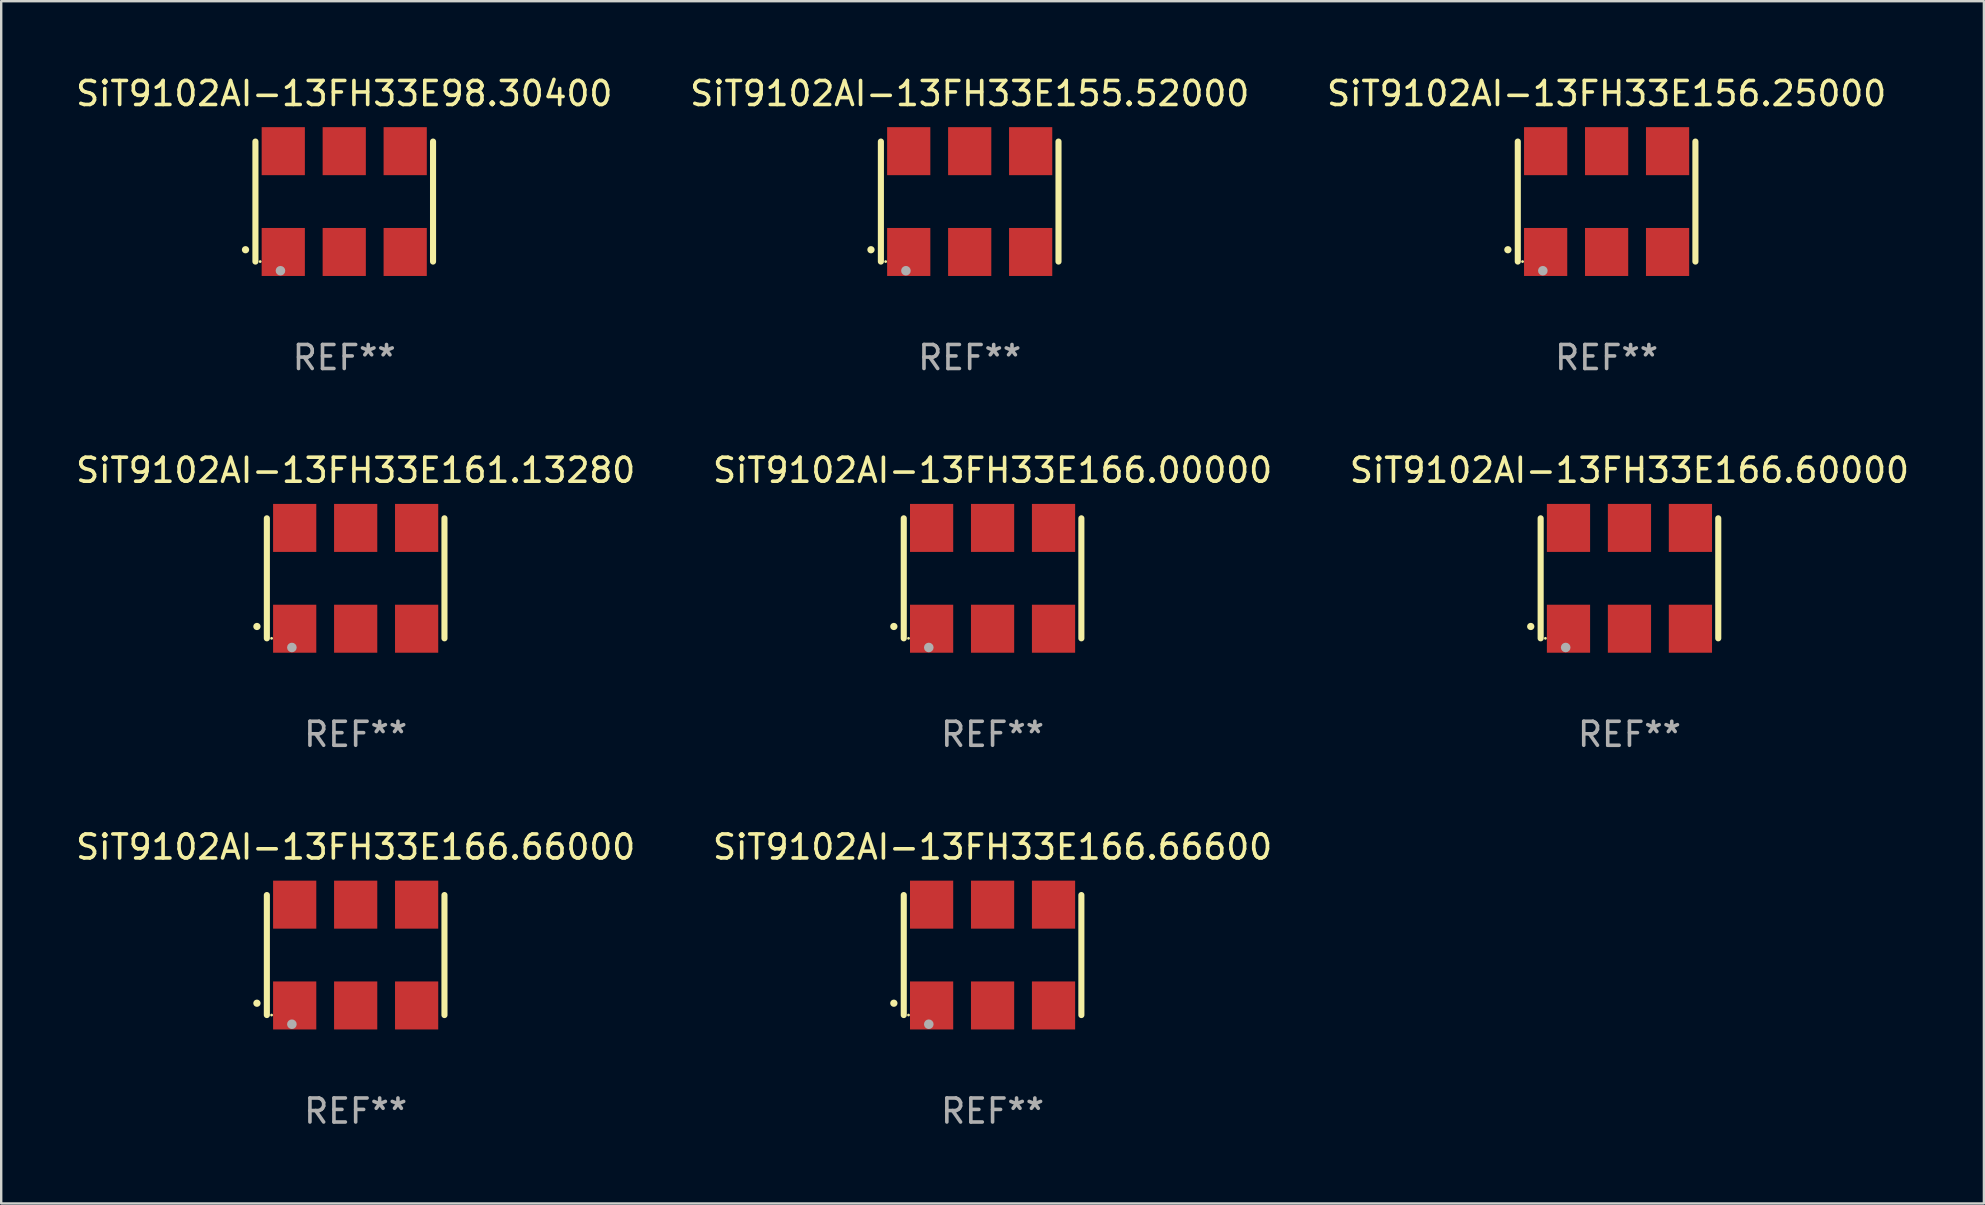
<source format=kicad_pcb>
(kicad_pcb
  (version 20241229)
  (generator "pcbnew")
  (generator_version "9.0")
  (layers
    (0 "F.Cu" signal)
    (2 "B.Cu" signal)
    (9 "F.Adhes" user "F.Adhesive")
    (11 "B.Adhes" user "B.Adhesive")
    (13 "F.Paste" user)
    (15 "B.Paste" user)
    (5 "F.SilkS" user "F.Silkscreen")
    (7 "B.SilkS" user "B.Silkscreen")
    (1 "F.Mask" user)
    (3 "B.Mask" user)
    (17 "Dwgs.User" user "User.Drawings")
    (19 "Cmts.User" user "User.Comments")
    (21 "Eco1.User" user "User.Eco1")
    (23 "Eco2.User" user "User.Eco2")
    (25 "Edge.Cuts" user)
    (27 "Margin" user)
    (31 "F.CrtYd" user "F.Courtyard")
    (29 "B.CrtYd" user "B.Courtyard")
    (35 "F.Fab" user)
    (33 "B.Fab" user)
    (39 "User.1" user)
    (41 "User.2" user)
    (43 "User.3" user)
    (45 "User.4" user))
  (footprint "SiT9102AI-13FH33E166.00000"
    (layer "F.Cu")
    (at 38.304 21.045)
    (property "Reference" "SiT9102AI-13FH33E166.00000" (at 0 -4.5 0) (layer "F.SilkS") (effects (font (size 1 1) (thickness 0.15))))
    (attr through_hole)
    (fp_line (start -3.7 -2.5) (end -3.7 2.5) (stroke (width 0.254) (type solid)) (layer "F.SilkS"))
    (fp_line (start 3.7 -2.5) (end 3.7 2.5) (stroke (width 0.254) (type solid)) (layer "F.SilkS"))
    (fp_arc (start -4.114415 2.006604) (mid -4.113145 2.006599) (end -4.111875 2.006604) (stroke (width 0.3) (type solid)) (layer "F.SilkS"))
    (fp_circle (center -3.502 2.5) (end -3.472 2.5) (stroke (width 0.06) (type solid)) (fill no) (layer "F.SilkS"))
    (fp_circle (center -2.657 2.882) (end -2.557 2.882) (stroke (width 0.2) (type solid)) (fill no) (layer "F.Fab"))
    (fp_text user "REF**" (at 0 6.5 0) (layer "F.Fab") (effects (font (size 1 1) (thickness 0.15))))
    (pad "1" smd rect (at -2.54 2.1) (size 1.8 2) (layers "F.Cu" "F.Mask" "F.Paste"))
    (pad "2" smd rect (at 0.000394 2.1) (size 1.8 2) (layers "F.Cu" "F.Mask" "F.Paste"))
    (pad "3" smd rect (at 2.54 2.1) (size 1.8 2) (layers "F.Cu" "F.Mask" "F.Paste"))
    (pad "4" smd rect (at 2.54 -2.1) (size 1.8 2) (layers "F.Cu" "F.Mask" "F.Paste"))
    (pad "5" smd rect (at 0.000394 -2.1) (size 1.8 2) (layers "F.Cu" "F.Mask" "F.Paste"))
    (pad "6" smd rect (at -2.54 -2.1) (size 1.8 2) (layers "F.Cu" "F.Mask" "F.Paste")))
  (footprint "SiT9102AI-13FH33E166.66000"
    (layer "F.Cu")
    (at 11.768 36.741)
    (property "Reference" "SiT9102AI-13FH33E166.66000" (at 0 -4.5 0) (layer "F.SilkS") (effects (font (size 1 1) (thickness 0.15))))
    (attr through_hole)
    (fp_line (start -3.7 -2.5) (end -3.7 2.5) (stroke (width 0.254) (type solid)) (layer "F.SilkS"))
    (fp_line (start 3.7 -2.5) (end 3.7 2.5) (stroke (width 0.254) (type solid)) (layer "F.SilkS"))
    (fp_arc (start -4.114415 2.006604) (mid -4.113145 2.006599) (end -4.111875 2.006604) (stroke (width 0.3) (type solid)) (layer "F.SilkS"))
    (fp_circle (center -3.502 2.5) (end -3.472 2.5) (stroke (width 0.06) (type solid)) (fill no) (layer "F.SilkS"))
    (fp_circle (center -2.657 2.882) (end -2.557 2.882) (stroke (width 0.2) (type solid)) (fill no) (layer "F.Fab"))
    (fp_text user "REF**" (at 0 6.5 0) (layer "F.Fab") (effects (font (size 1 1) (thickness 0.15))))
    (pad "1" smd rect (at -2.54 2.1) (size 1.8 2) (layers "F.Cu" "F.Mask" "F.Paste"))
    (pad "2" smd rect (at 0.000394 2.1) (size 1.8 2) (layers "F.Cu" "F.Mask" "F.Paste"))
    (pad "3" smd rect (at 2.54 2.1) (size 1.8 2) (layers "F.Cu" "F.Mask" "F.Paste"))
    (pad "4" smd rect (at 2.54 -2.1) (size 1.8 2) (layers "F.Cu" "F.Mask" "F.Paste"))
    (pad "5" smd rect (at 0.000394 -2.1) (size 1.8 2) (layers "F.Cu" "F.Mask" "F.Paste"))
    (pad "6" smd rect (at -2.54 -2.1) (size 1.8 2) (layers "F.Cu" "F.Mask" "F.Paste")))
  (footprint "SiT9102AI-13FH33E166.60000"
    (layer "F.Cu")
    (at 64.839 21.045)
    (property "Reference" "SiT9102AI-13FH33E166.60000" (at 0 -4.5 0) (layer "F.SilkS") (effects (font (size 1 1) (thickness 0.15))))
    (attr through_hole)
    (fp_line (start -3.7 -2.5) (end -3.7 2.5) (stroke (width 0.254) (type solid)) (layer "F.SilkS"))
    (fp_line (start 3.7 -2.5) (end 3.7 2.5) (stroke (width 0.254) (type solid)) (layer "F.SilkS"))
    (fp_arc (start -4.114415 2.006604) (mid -4.113145 2.006599) (end -4.111875 2.006604) (stroke (width 0.3) (type solid)) (layer "F.SilkS"))
    (fp_circle (center -3.502 2.5) (end -3.472 2.5) (stroke (width 0.06) (type solid)) (fill no) (layer "F.SilkS"))
    (fp_circle (center -2.657 2.882) (end -2.557 2.882) (stroke (width 0.2) (type solid)) (fill no) (layer "F.Fab"))
    (fp_text user "REF**" (at 0 6.5 0) (layer "F.Fab") (effects (font (size 1 1) (thickness 0.15))))
    (pad "1" smd rect (at -2.54 2.1) (size 1.8 2) (layers "F.Cu" "F.Mask" "F.Paste"))
    (pad "2" smd rect (at 0.000394 2.1) (size 1.8 2) (layers "F.Cu" "F.Mask" "F.Paste"))
    (pad "3" smd rect (at 2.54 2.1) (size 1.8 2) (layers "F.Cu" "F.Mask" "F.Paste"))
    (pad "4" smd rect (at 2.54 -2.1) (size 1.8 2) (layers "F.Cu" "F.Mask" "F.Paste"))
    (pad "5" smd rect (at 0.000394 -2.1) (size 1.8 2) (layers "F.Cu" "F.Mask" "F.Paste"))
    (pad "6" smd rect (at -2.54 -2.1) (size 1.8 2) (layers "F.Cu" "F.Mask" "F.Paste")))
  (footprint "SiT9102AI-13FH33E161.13280"
    (layer "F.Cu")
    (at 11.768 21.045)
    (property "Reference" "SiT9102AI-13FH33E161.13280" (at 0 -4.5 0) (layer "F.SilkS") (effects (font (size 1 1) (thickness 0.15))))
    (attr through_hole)
    (fp_line (start -3.7 -2.5) (end -3.7 2.5) (stroke (width 0.254) (type solid)) (layer "F.SilkS"))
    (fp_line (start 3.7 -2.5) (end 3.7 2.5) (stroke (width 0.254) (type solid)) (layer "F.SilkS"))
    (fp_arc (start -4.114415 2.006604) (mid -4.113145 2.006599) (end -4.111875 2.006604) (stroke (width 0.3) (type solid)) (layer "F.SilkS"))
    (fp_circle (center -3.502 2.5) (end -3.472 2.5) (stroke (width 0.06) (type solid)) (fill no) (layer "F.SilkS"))
    (fp_circle (center -2.657 2.882) (end -2.557 2.882) (stroke (width 0.2) (type solid)) (fill no) (layer "F.Fab"))
    (fp_text user "REF**" (at 0 6.5 0) (layer "F.Fab") (effects (font (size 1 1) (thickness 0.15))))
    (pad "1" smd rect (at -2.54 2.1) (size 1.8 2) (layers "F.Cu" "F.Mask" "F.Paste"))
    (pad "2" smd rect (at 0.000394 2.1) (size 1.8 2) (layers "F.Cu" "F.Mask" "F.Paste"))
    (pad "3" smd rect (at 2.54 2.1) (size 1.8 2) (layers "F.Cu" "F.Mask" "F.Paste"))
    (pad "4" smd rect (at 2.54 -2.1) (size 1.8 2) (layers "F.Cu" "F.Mask" "F.Paste"))
    (pad "5" smd rect (at 0.000394 -2.1) (size 1.8 2) (layers "F.Cu" "F.Mask" "F.Paste"))
    (pad "6" smd rect (at -2.54 -2.1) (size 1.8 2) (layers "F.Cu" "F.Mask" "F.Paste")))
  (footprint "SiT9102AI-13FH33E98.30400"
    (layer "F.Cu")
    (at 11.292 5.348)
    (property "Reference" "SiT9102AI-13FH33E98.30400" (at 0 -4.5 0) (layer "F.SilkS") (effects (font (size 1 1) (thickness 0.15))))
    (attr through_hole)
    (fp_line (start -3.7 -2.5) (end -3.7 2.5) (stroke (width 0.254) (type solid)) (layer "F.SilkS"))
    (fp_line (start 3.7 -2.5) (end 3.7 2.5) (stroke (width 0.254) (type solid)) (layer "F.SilkS"))
    (fp_arc (start -4.114415 2.006604) (mid -4.113145 2.006599) (end -4.111875 2.006604) (stroke (width 0.3) (type solid)) (layer "F.SilkS"))
    (fp_circle (center -3.502 2.5) (end -3.472 2.5) (stroke (width 0.06) (type solid)) (fill no) (layer "F.SilkS"))
    (fp_circle (center -2.657 2.882) (end -2.557 2.882) (stroke (width 0.2) (type solid)) (fill no) (layer "F.Fab"))
    (fp_text user "REF**" (at 0 6.5 0) (layer "F.Fab") (effects (font (size 1 1) (thickness 0.15))))
    (pad "1" smd rect (at -2.54 2.1) (size 1.8 2) (layers "F.Cu" "F.Mask" "F.Paste"))
    (pad "2" smd rect (at 0.000394 2.1) (size 1.8 2) (layers "F.Cu" "F.Mask" "F.Paste"))
    (pad "3" smd rect (at 2.54 2.1) (size 1.8 2) (layers "F.Cu" "F.Mask" "F.Paste"))
    (pad "4" smd rect (at 2.54 -2.1) (size 1.8 2) (layers "F.Cu" "F.Mask" "F.Paste"))
    (pad "5" smd rect (at 0.000394 -2.1) (size 1.8 2) (layers "F.Cu" "F.Mask" "F.Paste"))
    (pad "6" smd rect (at -2.54 -2.1) (size 1.8 2) (layers "F.Cu" "F.Mask" "F.Paste")))
  (footprint "SiT9102AI-13FH33E155.52000"
    (layer "F.Cu")
    (at 37.351 5.348)
    (property "Reference" "SiT9102AI-13FH33E155.52000" (at 0 -4.5 0) (layer "F.SilkS") (effects (font (size 1 1) (thickness 0.15))))
    (attr through_hole)
    (fp_line (start -3.7 -2.5) (end -3.7 2.5) (stroke (width 0.254) (type solid)) (layer "F.SilkS"))
    (fp_line (start 3.7 -2.5) (end 3.7 2.5) (stroke (width 0.254) (type solid)) (layer "F.SilkS"))
    (fp_arc (start -4.114415 2.006604) (mid -4.113145 2.006599) (end -4.111875 2.006604) (stroke (width 0.3) (type solid)) (layer "F.SilkS"))
    (fp_circle (center -3.502 2.5) (end -3.472 2.5) (stroke (width 0.06) (type solid)) (fill no) (layer "F.SilkS"))
    (fp_circle (center -2.657 2.882) (end -2.557 2.882) (stroke (width 0.2) (type solid)) (fill no) (layer "F.Fab"))
    (fp_text user "REF**" (at 0 6.5 0) (layer "F.Fab") (effects (font (size 1 1) (thickness 0.15))))
    (pad "1" smd rect (at -2.54 2.1) (size 1.8 2) (layers "F.Cu" "F.Mask" "F.Paste"))
    (pad "2" smd rect (at 0.000394 2.1) (size 1.8 2) (layers "F.Cu" "F.Mask" "F.Paste"))
    (pad "3" smd rect (at 2.54 2.1) (size 1.8 2) (layers "F.Cu" "F.Mask" "F.Paste"))
    (pad "4" smd rect (at 2.54 -2.1) (size 1.8 2) (layers "F.Cu" "F.Mask" "F.Paste"))
    (pad "5" smd rect (at 0.000394 -2.1) (size 1.8 2) (layers "F.Cu" "F.Mask" "F.Paste"))
    (pad "6" smd rect (at -2.54 -2.1) (size 1.8 2) (layers "F.Cu" "F.Mask" "F.Paste")))
  (footprint "SiT9102AI-13FH33E156.25000"
    (layer "F.Cu")
    (at 63.887 5.348)
    (property "Reference" "SiT9102AI-13FH33E156.25000" (at 0 -4.5 0) (layer "F.SilkS") (effects (font (size 1 1) (thickness 0.15))))
    (attr through_hole)
    (fp_line (start -3.7 -2.5) (end -3.7 2.5) (stroke (width 0.254) (type solid)) (layer "F.SilkS"))
    (fp_line (start 3.7 -2.5) (end 3.7 2.5) (stroke (width 0.254) (type solid)) (layer "F.SilkS"))
    (fp_arc (start -4.114415 2.006604) (mid -4.113145 2.006599) (end -4.111875 2.006604) (stroke (width 0.3) (type solid)) (layer "F.SilkS"))
    (fp_circle (center -3.502 2.5) (end -3.472 2.5) (stroke (width 0.06) (type solid)) (fill no) (layer "F.SilkS"))
    (fp_circle (center -2.657 2.882) (end -2.557 2.882) (stroke (width 0.2) (type solid)) (fill no) (layer "F.Fab"))
    (fp_text user "REF**" (at 0 6.5 0) (layer "F.Fab") (effects (font (size 1 1) (thickness 0.15))))
    (pad "1" smd rect (at -2.54 2.1) (size 1.8 2) (layers "F.Cu" "F.Mask" "F.Paste"))
    (pad "2" smd rect (at 0.000394 2.1) (size 1.8 2) (layers "F.Cu" "F.Mask" "F.Paste"))
    (pad "3" smd rect (at 2.54 2.1) (size 1.8 2) (layers "F.Cu" "F.Mask" "F.Paste"))
    (pad "4" smd rect (at 2.54 -2.1) (size 1.8 2) (layers "F.Cu" "F.Mask" "F.Paste"))
    (pad "5" smd rect (at 0.000394 -2.1) (size 1.8 2) (layers "F.Cu" "F.Mask" "F.Paste"))
    (pad "6" smd rect (at -2.54 -2.1) (size 1.8 2) (layers "F.Cu" "F.Mask" "F.Paste")))
  (footprint "SiT9102AI-13FH33E166.66600"
    (layer "F.Cu")
    (at 38.304 36.741)
    (property "Reference" "SiT9102AI-13FH33E166.66600" (at 0 -4.5 0) (layer "F.SilkS") (effects (font (size 1 1) (thickness 0.15))))
    (attr through_hole)
    (fp_line (start -3.7 -2.5) (end -3.7 2.5) (stroke (width 0.254) (type solid)) (layer "F.SilkS"))
    (fp_line (start 3.7 -2.5) (end 3.7 2.5) (stroke (width 0.254) (type solid)) (layer "F.SilkS"))
    (fp_arc (start -4.114415 2.006604) (mid -4.113145 2.006599) (end -4.111875 2.006604) (stroke (width 0.3) (type solid)) (layer "F.SilkS"))
    (fp_circle (center -3.502 2.5) (end -3.472 2.5) (stroke (width 0.06) (type solid)) (fill no) (layer "F.SilkS"))
    (fp_circle (center -2.657 2.882) (end -2.557 2.882) (stroke (width 0.2) (type solid)) (fill no) (layer "F.Fab"))
    (fp_text user "REF**" (at 0 6.5 0) (layer "F.Fab") (effects (font (size 1 1) (thickness 0.15))))
    (pad "1" smd rect (at -2.54 2.1) (size 1.8 2) (layers "F.Cu" "F.Mask" "F.Paste"))
    (pad "2" smd rect (at 0.000394 2.1) (size 1.8 2) (layers "F.Cu" "F.Mask" "F.Paste"))
    (pad "3" smd rect (at 2.54 2.1) (size 1.8 2) (layers "F.Cu" "F.Mask" "F.Paste"))
    (pad "4" smd rect (at 2.54 -2.1) (size 1.8 2) (layers "F.Cu" "F.Mask" "F.Paste"))
    (pad "5" smd rect (at 0.000394 -2.1) (size 1.8 2) (layers "F.Cu" "F.Mask" "F.Paste"))
    (pad "6" smd rect (at -2.54 -2.1) (size 1.8 2) (layers "F.Cu" "F.Mask" "F.Paste")))
  (gr_rect
    (start -3 -3)
    (end 79.607 47.09)
    (stroke (width 0.1) (type default))
    (fill no)
    (layer "Edge.Cuts")))
</source>
